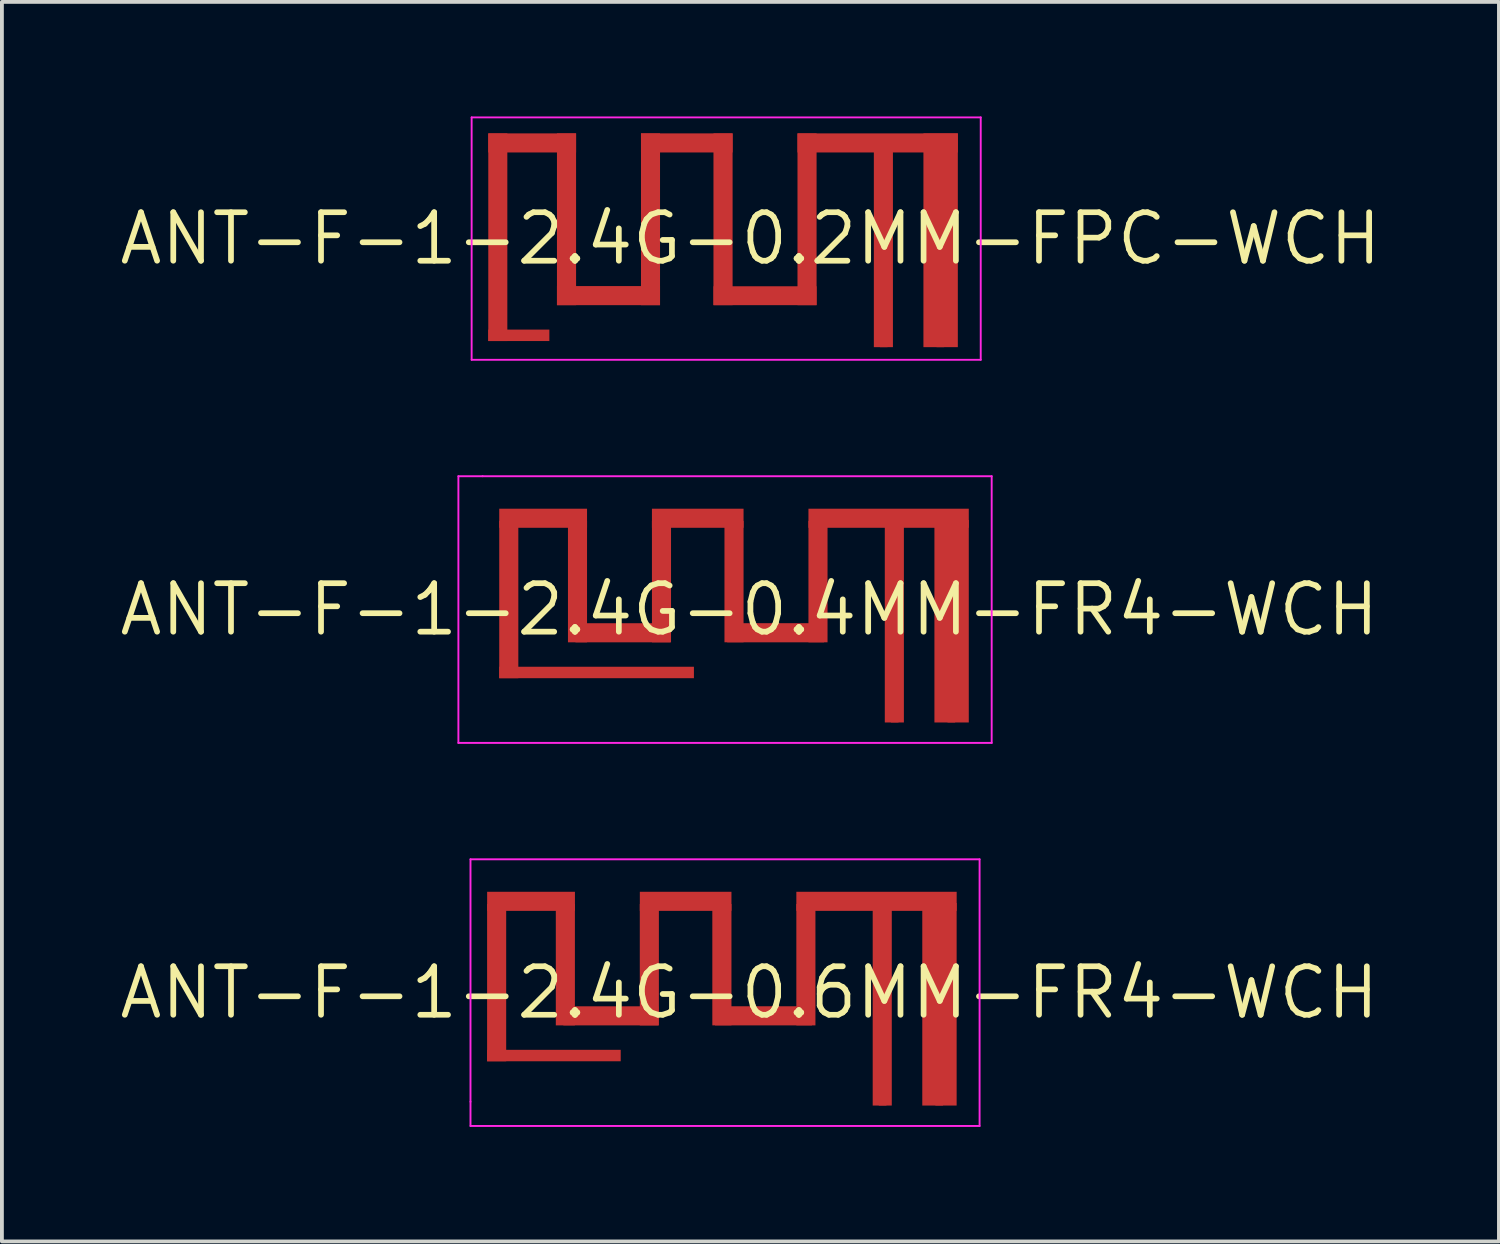
<source format=kicad_pcb>
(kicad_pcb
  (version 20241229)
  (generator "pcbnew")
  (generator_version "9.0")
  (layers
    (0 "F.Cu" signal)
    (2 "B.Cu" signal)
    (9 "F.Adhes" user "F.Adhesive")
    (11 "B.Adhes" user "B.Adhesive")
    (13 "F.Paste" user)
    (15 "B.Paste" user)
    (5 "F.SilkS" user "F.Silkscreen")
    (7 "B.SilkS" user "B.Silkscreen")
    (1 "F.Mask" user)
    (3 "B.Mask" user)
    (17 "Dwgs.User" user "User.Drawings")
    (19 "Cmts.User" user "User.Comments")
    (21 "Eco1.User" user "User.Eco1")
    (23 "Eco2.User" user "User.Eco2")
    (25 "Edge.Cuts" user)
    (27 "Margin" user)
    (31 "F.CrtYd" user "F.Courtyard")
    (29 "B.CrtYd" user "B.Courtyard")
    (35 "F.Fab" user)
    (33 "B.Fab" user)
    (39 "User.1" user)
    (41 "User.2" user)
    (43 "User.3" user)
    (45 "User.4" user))
  (footprint "ANT-F-1-2.4G-0.2MM-FPC-WCH"
    (layer "F.Cu")
    (at 15.973 3.2)
    (property "Reference" "ANT-F-1-2.4G-0.2MM-FPC-WCH" (at 0.635 0 0) (layer "F.SilkS") (effects (font (size 1.27 1.27) (thickness 0.15))))
    (attr exclude_from_pos_files exclude_from_bom)
    (fp_poly (pts (xy -6.232 2.684) (xy -4.632 2.684) (xy -4.632 2.384) (xy -6.232 2.384)) (stroke (width 0) (type solid)) (fill yes) (layer "F.Cu"))
    (fp_poly (pts (xy -5.733 -2.756) (xy -6.232 -2.756) (xy -6.232 2.684) (xy -5.733 2.684)) (stroke (width 0) (type solid)) (fill yes) (layer "F.Cu"))
    (fp_poly (pts (xy -3.932 -2.756) (xy -6.232 -2.756) (xy -6.232 -2.256) (xy -3.932 -2.256)) (stroke (width 0) (type solid)) (fill yes) (layer "F.Cu"))
    (fp_poly (pts (xy -3.932 -2.756) (xy -4.433 -2.756) (xy -4.433 1.744) (xy -3.932 1.744)) (stroke (width 0) (type solid)) (fill yes) (layer "F.Cu"))
    (fp_poly (pts (xy -1.733 1.244) (xy -4.433 1.244) (xy -4.433 1.744) (xy -1.733 1.744)) (stroke (width 0) (type solid)) (fill yes) (layer "F.Cu"))
    (fp_poly (pts (xy -1.733 -2.756) (xy -2.232 -2.756) (xy -2.232 1.744) (xy -1.733 1.744)) (stroke (width 0) (type solid)) (fill yes) (layer "F.Cu"))
    (fp_poly (pts (xy 0.168 -2.756) (xy -2.232 -2.756) (xy -2.232 -2.256) (xy 0.168 -2.256)) (stroke (width 0) (type solid)) (fill yes) (layer "F.Cu"))
    (fp_poly (pts (xy 0.168 -2.756) (xy -0.333 -2.756) (xy -0.333 1.744) (xy 0.168 1.744)) (stroke (width 0) (type solid)) (fill yes) (layer "F.Cu"))
    (fp_poly (pts (xy 2.368 -2.756) (xy 1.868 -2.756) (xy 1.868 1.744) (xy 2.368 1.744)) (stroke (width 0) (type solid)) (fill yes) (layer "F.Cu"))
    (fp_poly (pts (xy 2.368 1.249) (xy -0.333 1.249) (xy -0.333 1.744) (xy 2.368 1.744)) (stroke (width 0) (type solid)) (fill yes) (layer "F.Cu"))
    (fp_poly (pts (xy 4.368 -2.487) (xy 3.868 -2.487) (xy 3.868 2.844) (xy 4.368 2.844)) (stroke (width 0) (type solid)) (fill yes) (layer "F.Cu"))
    (fp_poly (pts (xy 6.068 -2.756) (xy 5.167 -2.756) (xy 5.167 2.844) (xy 6.068 2.844)) (stroke (width 0) (type solid)) (fill yes) (layer "F.Cu"))
    (fp_poly (pts (xy 6.068 -2.756) (xy 1.868 -2.756) (xy 1.868 -2.256) (xy 6.068 -2.256)) (stroke (width 0) (type solid)) (fill yes) (layer "F.Cu"))
    (fp_poly (pts (xy -6.232 2.684) (xy -4.632 2.684) (xy -4.632 2.384) (xy -6.232 2.384)) (stroke (width 0) (type solid)) (fill yes) (layer "F.Mask"))
    (fp_poly (pts (xy -5.733 -2.756) (xy -6.232 -2.756) (xy -6.232 2.684) (xy -5.733 2.684)) (stroke (width 0) (type solid)) (fill yes) (layer "F.Mask"))
    (fp_poly (pts (xy -3.932 -2.756) (xy -4.433 -2.756) (xy -4.433 1.744) (xy -3.932 1.744)) (stroke (width 0) (type solid)) (fill yes) (layer "F.Mask"))
    (fp_poly (pts (xy -3.932 -2.756) (xy -6.232 -2.756) (xy -6.232 -2.256) (xy -3.932 -2.256)) (stroke (width 0) (type solid)) (fill yes) (layer "F.Mask"))
    (fp_poly (pts (xy -1.733 1.244) (xy -4.433 1.244) (xy -4.433 1.744) (xy -1.733 1.744)) (stroke (width 0) (type solid)) (fill yes) (layer "F.Mask"))
    (fp_poly (pts (xy -1.733 -2.756) (xy -2.232 -2.756) (xy -2.232 1.744) (xy -1.733 1.744)) (stroke (width 0) (type solid)) (fill yes) (layer "F.Mask"))
    (fp_poly (pts (xy 0.168 -2.756) (xy -2.232 -2.756) (xy -2.232 -2.256) (xy 0.168 -2.256)) (stroke (width 0) (type solid)) (fill yes) (layer "F.Mask"))
    (fp_poly (pts (xy 0.168 -2.756) (xy -0.332 -2.756) (xy -0.332 1.744) (xy 0.168 1.744)) (stroke (width 0) (type solid)) (fill yes) (layer "F.Mask"))
    (fp_poly (pts (xy 2.368 -2.756) (xy 1.868 -2.756) (xy 1.868 1.744) (xy 2.368 1.744)) (stroke (width 0) (type solid)) (fill yes) (layer "F.Mask"))
    (fp_poly (pts (xy 2.368 1.249) (xy -0.332 1.249) (xy -0.332 1.744) (xy 2.368 1.744)) (stroke (width 0) (type solid)) (fill yes) (layer "F.Mask"))
    (fp_poly (pts (xy 4.368 -2.487) (xy 3.868 -2.487) (xy 3.868 2.844) (xy 4.368 2.844)) (stroke (width 0) (type solid)) (fill yes) (layer "F.Mask"))
    (fp_poly (pts (xy 6.068 -2.756) (xy 5.167 -2.756) (xy 5.167 2.844) (xy 6.068 2.844)) (stroke (width 0) (type solid)) (fill yes) (layer "F.Mask"))
    (fp_poly (pts (xy 6.068 -2.756) (xy 1.868 -2.756) (xy 1.868 -2.256) (xy 6.068 -2.256)) (stroke (width 0) (type solid)) (fill yes) (layer "F.Mask"))
    (fp_line (start -6.668 -3.175) (end -6.668 3.175) (stroke (width 0.05) (type solid)) (layer "F.CrtYd"))
    (fp_line (start -6.668 3.175) (end 6.668 3.175) (stroke (width 0.05) (type solid)) (layer "F.CrtYd"))
    (fp_line (start 6.668 -3.175) (end -6.668 -3.175) (stroke (width 0.05) (type solid)) (layer "F.CrtYd"))
    (fp_line (start 6.668 3.175) (end 6.668 -3.175) (stroke (width 0.05) (type solid)) (layer "F.CrtYd"))
    (pad "1" smd rect (at 4.128 2.744 90) (size 0.2 0.2) (layers "F.Cu"))
    (pad "2" smd rect (at 5.61 2.744 90) (size 0.2 0.2) (layers "F.Cu")))
  (footprint "ANT-F-1-2.4G-0.4MM-FR4-WCH"
    (layer "F.Cu")
    (at 15.943 12.918)
    (property "Reference" "ANT-F-1-2.4G-0.4MM-FR4-WCH" (at 0.635 0 0) (layer "F.SilkS") (effects (font (size 1.27 1.27) (thickness 0.15))))
    (attr exclude_from_pos_files exclude_from_bom)
    (fp_poly (pts (xy -5.415 -2.322) (xy -5.915 -2.322) (xy -5.915 1.798) (xy -5.415 1.798)) (stroke (width 0) (type solid)) (fill yes) (layer "F.Cu"))
    (fp_poly (pts (xy -3.615 -2.322) (xy -4.115 -2.322) (xy -4.115 0.858) (xy -3.615 0.858)) (stroke (width 0) (type solid)) (fill yes) (layer "F.Cu"))
    (fp_poly (pts (xy -3.615 -2.642) (xy -5.915 -2.642) (xy -5.915 -2.142) (xy -3.615 -2.142)) (stroke (width 0) (type solid)) (fill yes) (layer "F.Cu"))
    (fp_poly (pts (xy -1.43 0.358) (xy -3.919 0.358) (xy -3.919 0.858) (xy -1.43 0.858)) (stroke (width 0) (type solid)) (fill yes) (layer "F.Cu"))
    (fp_poly (pts (xy -1.415 -2.322) (xy -1.915 -2.322) (xy -1.915 0.858) (xy -1.415 0.858)) (stroke (width 0) (type solid)) (fill yes) (layer "F.Cu"))
    (fp_poly (pts (xy -0.815 1.498) (xy -5.915 1.498) (xy -5.915 1.798) (xy -0.815 1.798)) (stroke (width 0) (type solid)) (fill yes) (layer "F.Cu"))
    (fp_poly (pts (xy 0.485 -2.322) (xy -0.015 -2.322) (xy -0.015 0.857) (xy 0.485 0.857)) (stroke (width 0) (type solid)) (fill yes) (layer "F.Cu"))
    (fp_poly (pts (xy 0.485 -2.642) (xy -1.915 -2.642) (xy -1.915 -2.142) (xy 0.485 -2.142)) (stroke (width 0) (type solid)) (fill yes) (layer "F.Cu"))
    (fp_poly (pts (xy 2.595 0.357) (xy 0.055 0.357) (xy 0.055 0.858) (xy 2.595 0.858)) (stroke (width 0) (type solid)) (fill yes) (layer "F.Cu"))
    (fp_poly (pts (xy 2.685 -2.322) (xy 2.185 -2.322) (xy 2.185 0.858) (xy 2.685 0.858)) (stroke (width 0) (type solid)) (fill yes) (layer "F.Cu"))
    (fp_poly (pts (xy 4.685 -2.373) (xy 4.185 -2.373) (xy 4.185 2.958) (xy 4.685 2.958)) (stroke (width 0) (type solid)) (fill yes) (layer "F.Cu"))
    (fp_poly (pts (xy 6.385 -2.348) (xy 5.485 -2.348) (xy 5.485 2.958) (xy 6.385 2.958)) (stroke (width 0) (type solid)) (fill yes) (layer "F.Cu"))
    (fp_poly (pts (xy 6.385 -2.642) (xy 2.185 -2.642) (xy 2.185 -2.142) (xy 6.385 -2.142)) (stroke (width 0) (type solid)) (fill yes) (layer "F.Cu"))
    (fp_poly (pts (xy -5.415 -2.322) (xy -5.915 -2.322) (xy -5.915 1.798) (xy -5.415 1.798)) (stroke (width 0) (type solid)) (fill yes) (layer "F.Mask"))
    (fp_poly (pts (xy -3.615 -2.322) (xy -4.115 -2.322) (xy -4.115 0.858) (xy -3.615 0.858)) (stroke (width 0) (type solid)) (fill yes) (layer "F.Mask"))
    (fp_poly (pts (xy -3.615 -2.642) (xy -5.915 -2.642) (xy -5.915 -2.142) (xy -3.615 -2.142)) (stroke (width 0) (type solid)) (fill yes) (layer "F.Mask"))
    (fp_poly (pts (xy -1.43 0.358) (xy -3.919 0.358) (xy -3.919 0.858) (xy -1.43 0.858)) (stroke (width 0) (type solid)) (fill yes) (layer "F.Mask"))
    (fp_poly (pts (xy -1.415 -2.322) (xy -1.915 -2.322) (xy -1.915 0.858) (xy -1.415 0.858)) (stroke (width 0) (type solid)) (fill yes) (layer "F.Mask"))
    (fp_poly (pts (xy -0.815 1.498) (xy -5.915 1.498) (xy -5.915 1.798) (xy -0.815 1.798)) (stroke (width 0) (type solid)) (fill yes) (layer "F.Mask"))
    (fp_poly (pts (xy 0.485 -2.322) (xy -0.015 -2.322) (xy -0.015 0.858) (xy 0.485 0.858)) (stroke (width 0) (type solid)) (fill yes) (layer "F.Mask"))
    (fp_poly (pts (xy 0.485 -2.642) (xy -1.915 -2.642) (xy -1.915 -2.142) (xy 0.485 -2.142)) (stroke (width 0) (type solid)) (fill yes) (layer "F.Mask"))
    (fp_poly (pts (xy 2.595 0.357) (xy 0.055 0.357) (xy 0.055 0.858) (xy 2.595 0.858)) (stroke (width 0) (type solid)) (fill yes) (layer "F.Mask"))
    (fp_poly (pts (xy 2.685 -2.322) (xy 2.185 -2.322) (xy 2.185 0.857) (xy 2.685 0.857)) (stroke (width 0) (type solid)) (fill yes) (layer "F.Mask"))
    (fp_poly (pts (xy 4.685 -2.373) (xy 4.185 -2.373) (xy 4.185 2.957) (xy 4.685 2.957)) (stroke (width 0) (type solid)) (fill yes) (layer "F.Mask"))
    (fp_poly (pts (xy 6.385 -2.348) (xy 5.485 -2.348) (xy 5.485 2.958) (xy 6.385 2.958)) (stroke (width 0) (type solid)) (fill yes) (layer "F.Mask"))
    (fp_poly (pts (xy 6.385 -2.642) (xy 2.185 -2.642) (xy 2.185 -2.142) (xy 6.385 -2.142)) (stroke (width 0) (type solid)) (fill yes) (layer "F.Mask"))
    (fp_line (start -6.985 -3.493) (end -6.985 3.493) (stroke (width 0.05) (type solid)) (layer "F.CrtYd"))
    (fp_line (start -6.985 3.493) (end 6.985 3.493) (stroke (width 0.05) (type solid)) (layer "F.CrtYd"))
    (fp_line (start -6.35 -3.493) (end -6.985 -3.493) (stroke (width 0.05) (type solid)) (layer "F.CrtYd"))
    (fp_line (start 6.985 -3.493) (end -6.35 -3.493) (stroke (width 0.05) (type solid)) (layer "F.CrtYd"))
    (fp_line (start 6.985 3.493) (end 6.985 -3.493) (stroke (width 0.05) (type solid)) (layer "F.CrtYd"))
    (pad "1" smd rect (at 4.445 2.857 90) (size 0.2 0.2) (layers "F.Cu"))
    (pad "2" smd rect (at 5.928 2.857 90) (size 0.2 0.2) (layers "F.Cu")))
  (footprint "ANT-F-1-2.4G-0.6MM-FR4-WCH"
    (layer "F.Cu")
    (at 15.943 22.953)
    (property "Reference" "ANT-F-1-2.4G-0.6MM-FR4-WCH" (at 0.635 0 0) (layer "F.SilkS") (effects (font (size 1.27 1.27) (thickness 0.15))))
    (attr exclude_from_pos_files exclude_from_bom)
    (fp_poly (pts (xy -5.733 -2.322) (xy -6.233 -2.322) (xy -6.233 1.798) (xy -5.733 1.798)) (stroke (width 0) (type solid)) (fill yes) (layer "F.Cu"))
    (fp_poly (pts (xy -3.933 -2.322) (xy -4.433 -2.322) (xy -4.433 0.858) (xy -3.933 0.858)) (stroke (width 0) (type solid)) (fill yes) (layer "F.Cu"))
    (fp_poly (pts (xy -3.932 -2.642) (xy -6.232 -2.642) (xy -6.232 -2.142) (xy -3.932 -2.142)) (stroke (width 0) (type solid)) (fill yes) (layer "F.Cu"))
    (fp_poly (pts (xy -2.733 1.498) (xy -6.233 1.498) (xy -6.233 1.798) (xy -2.733 1.798)) (stroke (width 0) (type solid)) (fill yes) (layer "F.Cu"))
    (fp_poly (pts (xy -1.747 0.358) (xy -4.236 0.358) (xy -4.236 0.858) (xy -1.747 0.858)) (stroke (width 0) (type solid)) (fill yes) (layer "F.Cu"))
    (fp_poly (pts (xy -1.733 -2.322) (xy -2.233 -2.322) (xy -2.233 0.858) (xy -1.733 0.858)) (stroke (width 0) (type solid)) (fill yes) (layer "F.Cu"))
    (fp_poly (pts (xy 0.168 -2.322) (xy -0.333 -2.322) (xy -0.333 0.857) (xy 0.168 0.857)) (stroke (width 0) (type solid)) (fill yes) (layer "F.Cu"))
    (fp_poly (pts (xy 0.168 -2.642) (xy -2.232 -2.642) (xy -2.232 -2.142) (xy 0.168 -2.142)) (stroke (width 0) (type solid)) (fill yes) (layer "F.Cu"))
    (fp_poly (pts (xy 2.277 0.357) (xy -0.263 0.357) (xy -0.263 0.858) (xy 2.277 0.858)) (stroke (width 0) (type solid)) (fill yes) (layer "F.Cu"))
    (fp_poly (pts (xy 2.368 -2.322) (xy 1.868 -2.322) (xy 1.868 0.858) (xy 2.368 0.858)) (stroke (width 0) (type solid)) (fill yes) (layer "F.Cu"))
    (fp_poly (pts (xy 4.368 -2.373) (xy 3.868 -2.373) (xy 3.868 2.958) (xy 4.368 2.958)) (stroke (width 0) (type solid)) (fill yes) (layer "F.Cu"))
    (fp_poly (pts (xy 6.067 -2.348) (xy 5.167 -2.348) (xy 5.167 2.958) (xy 6.067 2.958)) (stroke (width 0) (type solid)) (fill yes) (layer "F.Cu"))
    (fp_poly (pts (xy 6.068 -2.642) (xy 1.868 -2.642) (xy 1.868 -2.142) (xy 6.068 -2.142)) (stroke (width 0) (type solid)) (fill yes) (layer "F.Cu"))
    (fp_poly (pts (xy -5.733 -2.322) (xy -6.232 -2.322) (xy -6.232 1.798) (xy -5.733 1.798)) (stroke (width 0) (type solid)) (fill yes) (layer "F.Mask"))
    (fp_poly (pts (xy -3.933 -2.322) (xy -4.433 -2.322) (xy -4.433 0.858) (xy -3.933 0.858)) (stroke (width 0) (type solid)) (fill yes) (layer "F.Mask"))
    (fp_poly (pts (xy -3.932 -2.642) (xy -6.232 -2.642) (xy -6.232 -2.142) (xy -3.932 -2.142)) (stroke (width 0) (type solid)) (fill yes) (layer "F.Mask"))
    (fp_poly (pts (xy -2.733 1.498) (xy -6.233 1.498) (xy -6.233 1.798) (xy -2.733 1.798)) (stroke (width 0) (type solid)) (fill yes) (layer "F.Mask"))
    (fp_poly (pts (xy -1.747 0.358) (xy -4.236 0.358) (xy -4.236 0.858) (xy -1.747 0.858)) (stroke (width 0) (type solid)) (fill yes) (layer "F.Mask"))
    (fp_poly (pts (xy -1.733 -2.322) (xy -2.233 -2.322) (xy -2.233 0.858) (xy -1.733 0.858)) (stroke (width 0) (type solid)) (fill yes) (layer "F.Mask"))
    (fp_poly (pts (xy 0.168 -2.322) (xy -0.332 -2.322) (xy -0.332 0.858) (xy 0.168 0.858)) (stroke (width 0) (type solid)) (fill yes) (layer "F.Mask"))
    (fp_poly (pts (xy 0.168 -2.642) (xy -2.232 -2.642) (xy -2.232 -2.142) (xy 0.168 -2.142)) (stroke (width 0) (type solid)) (fill yes) (layer "F.Mask"))
    (fp_poly (pts (xy 2.277 0.357) (xy -0.263 0.357) (xy -0.263 0.858) (xy 2.277 0.858)) (stroke (width 0) (type solid)) (fill yes) (layer "F.Mask"))
    (fp_poly (pts (xy 2.368 -2.322) (xy 1.868 -2.322) (xy 1.868 0.857) (xy 2.368 0.857)) (stroke (width 0) (type solid)) (fill yes) (layer "F.Mask"))
    (fp_poly (pts (xy 4.368 -2.373) (xy 3.868 -2.373) (xy 3.868 2.957) (xy 4.368 2.957)) (stroke (width 0) (type solid)) (fill yes) (layer "F.Mask"))
    (fp_poly (pts (xy 6.067 -2.348) (xy 5.167 -2.348) (xy 5.167 2.958) (xy 6.067 2.958)) (stroke (width 0) (type solid)) (fill yes) (layer "F.Mask"))
    (fp_poly (pts (xy 6.068 -2.642) (xy 1.868 -2.642) (xy 1.868 -2.142) (xy 6.068 -2.142)) (stroke (width 0) (type solid)) (fill yes) (layer "F.Mask"))
    (fp_line (start -6.668 -3.493) (end -6.668 2.857) (stroke (width 0.05) (type solid)) (layer "F.CrtYd"))
    (fp_line (start -6.668 2.857) (end -6.668 3.493) (stroke (width 0.05) (type solid)) (layer "F.CrtYd"))
    (fp_line (start -6.668 3.493) (end 6.668 3.493) (stroke (width 0.05) (type solid)) (layer "F.CrtYd"))
    (fp_line (start 6.668 -3.493) (end -6.668 -3.493) (stroke (width 0.05) (type solid)) (layer "F.CrtYd"))
    (fp_line (start 6.668 3.493) (end 6.668 -3.493) (stroke (width 0.05) (type solid)) (layer "F.CrtYd"))
    (pad "1" smd rect (at 4.128 2.857 90) (size 0.2 0.2) (layers "F.Cu" "F.Mask" "F.Paste"))
    (pad "2" smd rect (at 5.61 2.857 90) (size 0.2 0.2) (layers "F.Cu" "F.Mask" "F.Paste")))
  (gr_rect
    (start -3 -3)
    (end 36.216 29.47)
    (stroke (width 0.1) (type default))
    (fill no)
    (layer "Edge.Cuts")))
</source>
